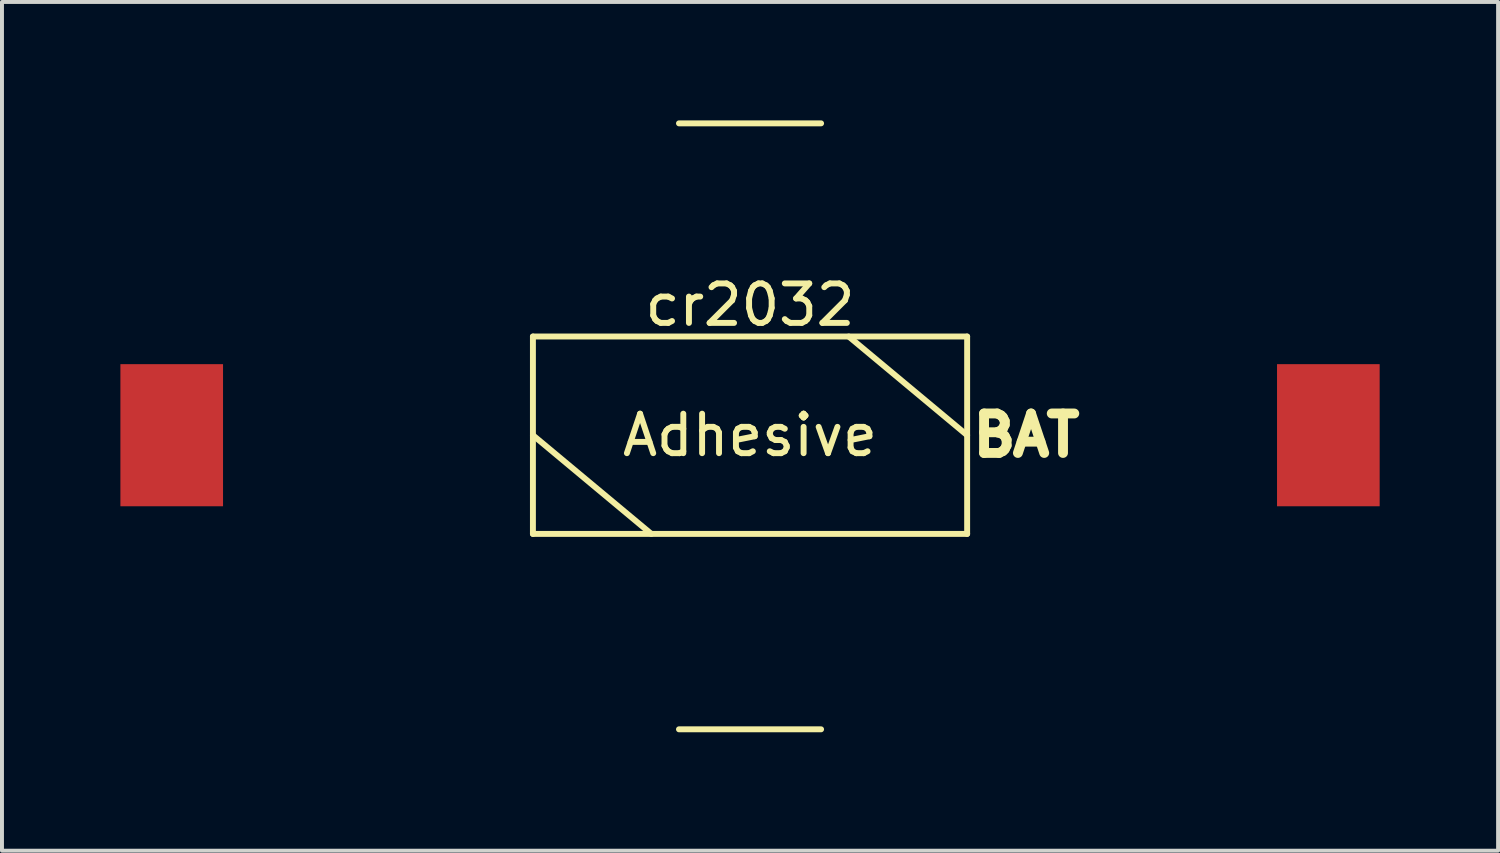
<source format=kicad_pcb>
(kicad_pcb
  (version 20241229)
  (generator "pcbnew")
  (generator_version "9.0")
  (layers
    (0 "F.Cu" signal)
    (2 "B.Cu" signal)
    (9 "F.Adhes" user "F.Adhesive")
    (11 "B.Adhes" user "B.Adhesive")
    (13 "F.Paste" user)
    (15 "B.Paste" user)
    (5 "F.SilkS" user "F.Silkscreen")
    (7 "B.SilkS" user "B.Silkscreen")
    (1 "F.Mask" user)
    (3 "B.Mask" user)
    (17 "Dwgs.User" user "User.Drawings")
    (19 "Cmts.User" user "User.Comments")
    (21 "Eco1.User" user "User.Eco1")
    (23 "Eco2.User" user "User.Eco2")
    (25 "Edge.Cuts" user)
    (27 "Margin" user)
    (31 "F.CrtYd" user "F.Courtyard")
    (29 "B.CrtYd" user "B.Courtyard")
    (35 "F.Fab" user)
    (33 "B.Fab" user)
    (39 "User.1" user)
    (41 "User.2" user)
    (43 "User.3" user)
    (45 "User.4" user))
  (footprint "cr2032"
    (layer "F.Cu")
    (at 15.95 7.975)
    (property "Reference" "cr2032" (at 0 -3.3 0) (layer "F.SilkS") (effects (font (size 1 1) (thickness 0.15))))
    (attr through_hole)
    (fp_line (start -5.5 -2.5) (end -5.5 2.5) (stroke (width 0.15) (type solid)) (layer "F.SilkS"))
    (fp_line (start -5.5 -2.5) (end 5.5 -2.5) (stroke (width 0.15) (type solid)) (layer "F.SilkS"))
    (fp_line (start -5.5 0) (end -2.5 2.5) (stroke (width 0.15) (type solid)) (layer "F.SilkS"))
    (fp_line (start -5.5 2.5) (end 5.5 2.5) (stroke (width 0.15) (type solid)) (layer "F.SilkS"))
    (fp_line (start -1.8 -7.9) (end 1.8 -7.9) (stroke (width 0.15) (type solid)) (layer "F.SilkS"))
    (fp_line (start -1.8 7.45) (end 1.8 7.45) (stroke (width 0.15) (type solid)) (layer "F.SilkS"))
    (fp_line (start 2.5 -2.5) (end 5.5 0) (stroke (width 0.15) (type solid)) (layer "F.SilkS"))
    (fp_line (start 5.5 -2.5) (end 5.5 2.5) (stroke (width 0.15) (type solid)) (layer "F.SilkS"))
    (fp_text user "BAT" (at 7 0 0) (layer "F.SilkS") (effects (font (size 1 1) (thickness 0.25))))
    (fp_text user "Adhesive" (at 0 0 0) (layer "F.SilkS") (effects (font (size 1 1) (thickness 0.15))))
    (pad "1" smd rect (at 14.65 0) (size 2.6 3.6) (layers "F.Cu" "F.Mask" "F.Paste"))
    (pad "2" smd rect (at -14.65 0) (size 2.6 3.6) (layers "F.Cu" "F.Mask" "F.Paste")))
  (gr_rect
    (start -3 -3)
    (end 34.9 18.5)
    (stroke (width 0.1) (type default))
    (fill no)
    (layer "Edge.Cuts")))
</source>
